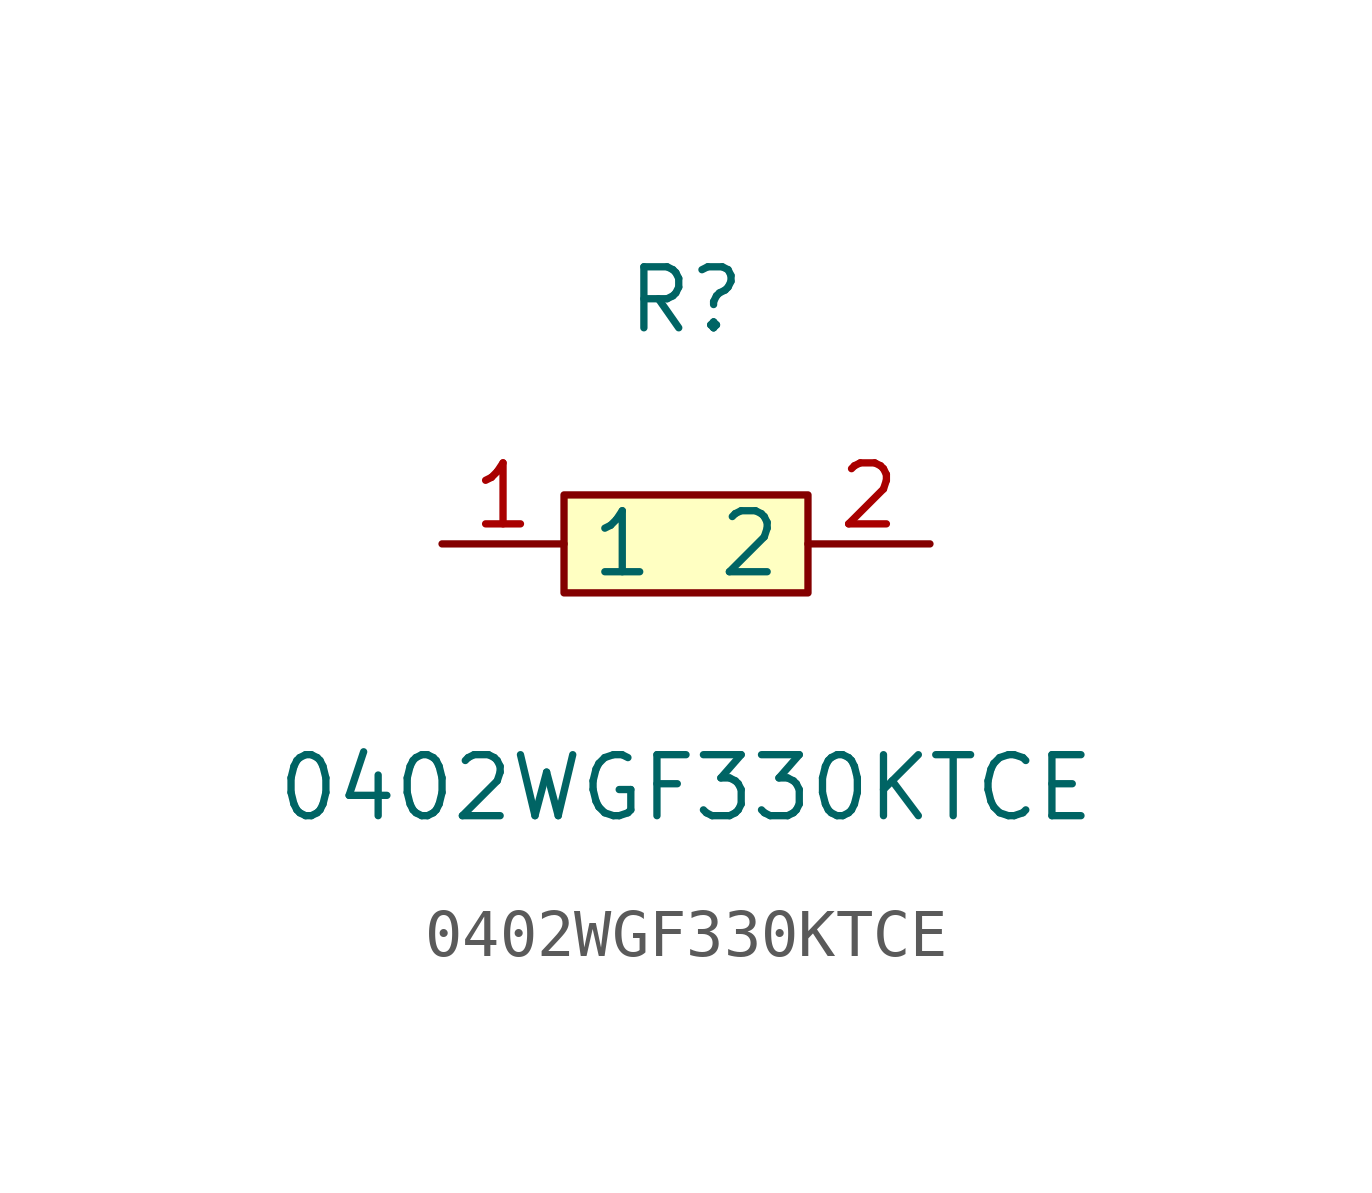
<source format=kicad_sym>
(kicad_symbol_lib
  (version 1)
  (generator "faebryk")
  (symbol "0402WGF330KTCE"
    (property "Reference" "R"
      (at 0 5.08 0)
      (effects (font (size 1.27 1.27)) (hide no)))
    (property "Value" "0402WGF330KTCE"
      (at 0 -5.08 0)
      (effects (font (size 1.27 1.27)) (hide no)))
    (symbol "0402WGF330KTCE_0_1"
      (rectangle (start -2.54 1.02) (end 2.54 -1.02) (stroke (width 0) (type default) (color 0 0 0 0)) (fill (type background)))
      (pin unspecified line (at 5.08 0 180) (length 2.54) (name "2" (effects (font (size 1.27 1.27)) (hide no))) (number "2" (effects (font (size 1.27 1.27)) (hide no))))
      (pin unspecified line (at -5.08 0 0) (length 2.54) (name "1" (effects (font (size 1.27 1.27)) (hide no))) (number "1" (effects (font (size 1.27 1.27)) (hide no)))))))
</source>
